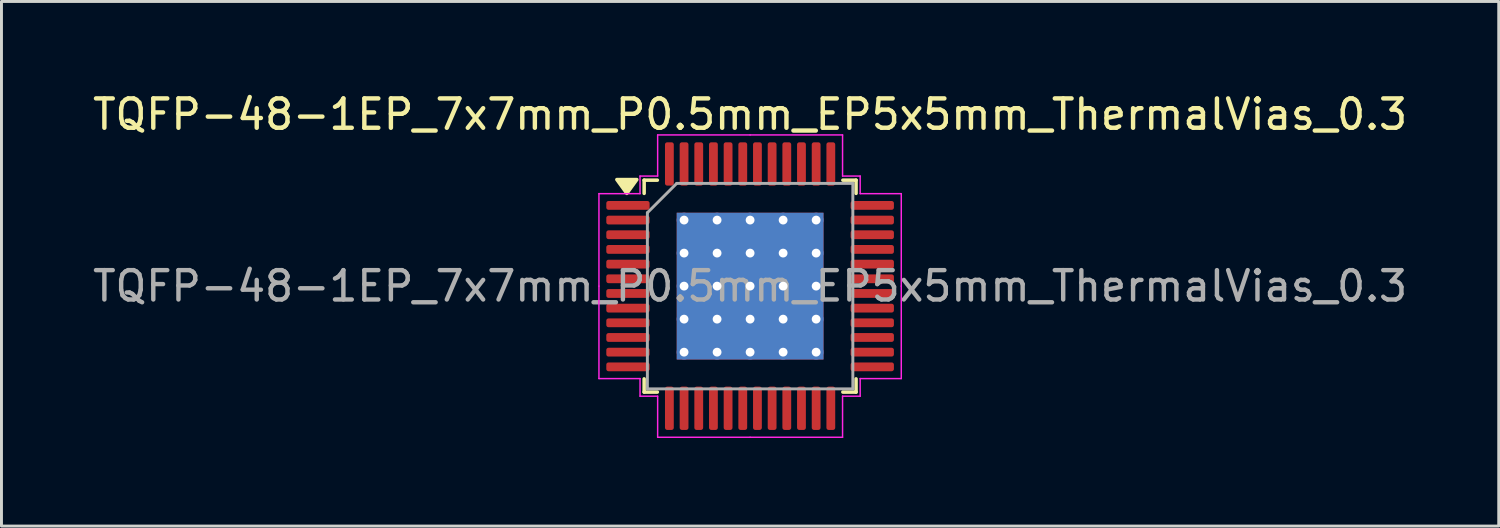
<source format=kicad_pcb>
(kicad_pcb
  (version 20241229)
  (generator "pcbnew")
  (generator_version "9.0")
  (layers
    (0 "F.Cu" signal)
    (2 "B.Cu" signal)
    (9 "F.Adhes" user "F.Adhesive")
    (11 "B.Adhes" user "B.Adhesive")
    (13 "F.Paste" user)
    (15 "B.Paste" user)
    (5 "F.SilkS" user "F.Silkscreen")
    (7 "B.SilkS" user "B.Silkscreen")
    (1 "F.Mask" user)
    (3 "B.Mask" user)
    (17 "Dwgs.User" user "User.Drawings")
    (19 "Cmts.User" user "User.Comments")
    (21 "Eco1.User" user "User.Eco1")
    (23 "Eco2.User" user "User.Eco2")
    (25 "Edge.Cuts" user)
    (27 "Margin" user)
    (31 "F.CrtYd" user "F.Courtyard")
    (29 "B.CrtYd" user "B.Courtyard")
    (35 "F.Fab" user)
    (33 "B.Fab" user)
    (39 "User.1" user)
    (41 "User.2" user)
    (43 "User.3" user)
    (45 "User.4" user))
  (footprint "TQFP-48-1EP_7x7mm_P0.5mm_EP5x5mm_ThermalVias_0.3"
    (layer "F.Cu")
    (at 22.506 6.698)
    (property "Reference" "TQFP-48-1EP_7x7mm_P0.5mm_EP5x5mm_ThermalVias_0.3" (at 0 -5.85 0) (layer "F.SilkS") (effects (font (size 1 1) (thickness 0.15))))
    (attr smd)
    (fp_line (start -3.61 -3.61) (end -3.61 -3.16) (stroke (width 0.12) (type solid)) (layer "F.SilkS"))
    (fp_line (start -3.61 3.61) (end -3.61 3.16) (stroke (width 0.12) (type solid)) (layer "F.SilkS"))
    (fp_line (start -3.16 -3.61) (end -3.61 -3.61) (stroke (width 0.12) (type solid)) (layer "F.SilkS"))
    (fp_line (start -3.16 3.61) (end -3.61 3.61) (stroke (width 0.12) (type solid)) (layer "F.SilkS"))
    (fp_line (start 3.16 -3.61) (end 3.61 -3.61) (stroke (width 0.12) (type solid)) (layer "F.SilkS"))
    (fp_line (start 3.16 3.61) (end 3.61 3.61) (stroke (width 0.12) (type solid)) (layer "F.SilkS"))
    (fp_line (start 3.61 -3.61) (end 3.61 -3.16) (stroke (width 0.12) (type solid)) (layer "F.SilkS"))
    (fp_line (start 3.61 3.61) (end 3.61 3.16) (stroke (width 0.12) (type solid)) (layer "F.SilkS"))
    (fp_poly (pts (xy -4.2 -3.16) (xy -4.54 -3.63) (xy -3.86 -3.63) (xy -4.2 -3.16)) (stroke (width 0.12) (type solid)) (fill yes) (layer "F.SilkS"))
    (fp_line (start -5.15 -3.15) (end -5.15 0) (stroke (width 0.05) (type solid)) (layer "F.CrtYd"))
    (fp_line (start -5.15 3.15) (end -5.15 0) (stroke (width 0.05) (type solid)) (layer "F.CrtYd"))
    (fp_line (start -3.75 -3.75) (end -3.75 -3.15) (stroke (width 0.05) (type solid)) (layer "F.CrtYd"))
    (fp_line (start -3.75 -3.15) (end -5.15 -3.15) (stroke (width 0.05) (type solid)) (layer "F.CrtYd"))
    (fp_line (start -3.75 3.15) (end -5.15 3.15) (stroke (width 0.05) (type solid)) (layer "F.CrtYd"))
    (fp_line (start -3.75 3.75) (end -3.75 3.15) (stroke (width 0.05) (type solid)) (layer "F.CrtYd"))
    (fp_line (start -3.15 -5.15) (end -3.15 -3.75) (stroke (width 0.05) (type solid)) (layer "F.CrtYd"))
    (fp_line (start -3.15 -3.75) (end -3.75 -3.75) (stroke (width 0.05) (type solid)) (layer "F.CrtYd"))
    (fp_line (start -3.15 3.75) (end -3.75 3.75) (stroke (width 0.05) (type solid)) (layer "F.CrtYd"))
    (fp_line (start -3.15 5.15) (end -3.15 3.75) (stroke (width 0.05) (type solid)) (layer "F.CrtYd"))
    (fp_line (start 0 -5.15) (end -3.15 -5.15) (stroke (width 0.05) (type solid)) (layer "F.CrtYd"))
    (fp_line (start 0 -5.15) (end 3.15 -5.15) (stroke (width 0.05) (type solid)) (layer "F.CrtYd"))
    (fp_line (start 0 5.15) (end -3.15 5.15) (stroke (width 0.05) (type solid)) (layer "F.CrtYd"))
    (fp_line (start 0 5.15) (end 3.15 5.15) (stroke (width 0.05) (type solid)) (layer "F.CrtYd"))
    (fp_line (start 3.15 -5.15) (end 3.15 -3.75) (stroke (width 0.05) (type solid)) (layer "F.CrtYd"))
    (fp_line (start 3.15 -3.75) (end 3.75 -3.75) (stroke (width 0.05) (type solid)) (layer "F.CrtYd"))
    (fp_line (start 3.15 3.75) (end 3.75 3.75) (stroke (width 0.05) (type solid)) (layer "F.CrtYd"))
    (fp_line (start 3.15 5.15) (end 3.15 3.75) (stroke (width 0.05) (type solid)) (layer "F.CrtYd"))
    (fp_line (start 3.75 -3.75) (end 3.75 -3.15) (stroke (width 0.05) (type solid)) (layer "F.CrtYd"))
    (fp_line (start 3.75 -3.15) (end 5.15 -3.15) (stroke (width 0.05) (type solid)) (layer "F.CrtYd"))
    (fp_line (start 3.75 3.15) (end 5.15 3.15) (stroke (width 0.05) (type solid)) (layer "F.CrtYd"))
    (fp_line (start 3.75 3.75) (end 3.75 3.15) (stroke (width 0.05) (type solid)) (layer "F.CrtYd"))
    (fp_line (start 5.15 -3.15) (end 5.15 0) (stroke (width 0.05) (type solid)) (layer "F.CrtYd"))
    (fp_line (start 5.15 3.15) (end 5.15 0) (stroke (width 0.05) (type solid)) (layer "F.CrtYd"))
    (fp_line (start -3.5 -2.5) (end -2.5 -3.5) (stroke (width 0.1) (type solid)) (layer "F.Fab"))
    (fp_line (start -3.5 3.5) (end -3.5 -2.5) (stroke (width 0.1) (type solid)) (layer "F.Fab"))
    (fp_line (start -2.5 -3.5) (end 3.5 -3.5) (stroke (width 0.1) (type solid)) (layer "F.Fab"))
    (fp_line (start 3.5 -3.5) (end 3.5 3.5) (stroke (width 0.1) (type solid)) (layer "F.Fab"))
    (fp_line (start 3.5 3.5) (end -3.5 3.5) (stroke (width 0.1) (type solid)) (layer "F.Fab"))
    (fp_text user "${REFERENCE}" (at 0 0 0) (layer "F.Fab") (effects (font (size 1 1) (thickness 0.15))))
    (pad "" smd custom (at -1.688 -1.688) (size 0.891 0.891) (layers "F.Paste") (options (anchor circle)) (primitives (gr_poly (pts (xy -0.387 -0.29) (xy -0.29 -0.387) (xy 0.29 -0.387) (xy 0.387 -0.29) (xy 0.387 0.29) (xy 0.29 0.387) (xy -0.29 0.387) (xy -0.387 0.29)) (width 0.234) (fill yes))))
    (pad "" smd custom (at -1.688 -0.562) (size 0.891 0.891) (layers "F.Paste") (options (anchor circle)) (primitives (gr_poly (pts (xy -0.387 -0.29) (xy -0.29 -0.387) (xy 0.29 -0.387) (xy 0.387 -0.29) (xy 0.387 0.29) (xy 0.29 0.387) (xy -0.29 0.387) (xy -0.387 0.29)) (width 0.234) (fill yes))))
    (pad "" smd custom (at -1.688 0.562) (size 0.891 0.891) (layers "F.Paste") (options (anchor circle)) (primitives (gr_poly (pts (xy -0.387 -0.29) (xy -0.29 -0.387) (xy 0.29 -0.387) (xy 0.387 -0.29) (xy 0.387 0.29) (xy 0.29 0.387) (xy -0.29 0.387) (xy -0.387 0.29)) (width 0.234) (fill yes))))
    (pad "" smd custom (at -1.688 1.688) (size 0.891 0.891) (layers "F.Paste") (options (anchor circle)) (primitives (gr_poly (pts (xy -0.387 -0.29) (xy -0.29 -0.387) (xy 0.29 -0.387) (xy 0.387 -0.29) (xy 0.387 0.29) (xy 0.29 0.387) (xy -0.29 0.387) (xy -0.387 0.29)) (width 0.234) (fill yes))))
    (pad "" smd custom (at -0.562 -1.688) (size 0.891 0.891) (layers "F.Paste") (options (anchor circle)) (primitives (gr_poly (pts (xy -0.387 -0.29) (xy -0.29 -0.387) (xy 0.29 -0.387) (xy 0.387 -0.29) (xy 0.387 0.29) (xy 0.29 0.387) (xy -0.29 0.387) (xy -0.387 0.29)) (width 0.234) (fill yes))))
    (pad "" smd custom (at -0.562 -0.562) (size 0.891 0.891) (layers "F.Paste") (options (anchor circle)) (primitives (gr_poly (pts (xy -0.387 -0.29) (xy -0.29 -0.387) (xy 0.29 -0.387) (xy 0.387 -0.29) (xy 0.387 0.29) (xy 0.29 0.387) (xy -0.29 0.387) (xy -0.387 0.29)) (width 0.234) (fill yes))))
    (pad "" smd custom (at -0.562 0.562) (size 0.891 0.891) (layers "F.Paste") (options (anchor circle)) (primitives (gr_poly (pts (xy -0.387 -0.29) (xy -0.29 -0.387) (xy 0.29 -0.387) (xy 0.387 -0.29) (xy 0.387 0.29) (xy 0.29 0.387) (xy -0.29 0.387) (xy -0.387 0.29)) (width 0.234) (fill yes))))
    (pad "" smd custom (at -0.562 1.688) (size 0.891 0.891) (layers "F.Paste") (options (anchor circle)) (primitives (gr_poly (pts (xy -0.387 -0.29) (xy -0.29 -0.387) (xy 0.29 -0.387) (xy 0.387 -0.29) (xy 0.387 0.29) (xy 0.29 0.387) (xy -0.29 0.387) (xy -0.387 0.29)) (width 0.234) (fill yes))))
    (pad "" smd custom (at 0.562 -1.688) (size 0.891 0.891) (layers "F.Paste") (options (anchor circle)) (primitives (gr_poly (pts (xy -0.387 -0.29) (xy -0.29 -0.387) (xy 0.29 -0.387) (xy 0.387 -0.29) (xy 0.387 0.29) (xy 0.29 0.387) (xy -0.29 0.387) (xy -0.387 0.29)) (width 0.234) (fill yes))))
    (pad "" smd custom (at 0.562 -0.562) (size 0.891 0.891) (layers "F.Paste") (options (anchor circle)) (primitives (gr_poly (pts (xy -0.387 -0.29) (xy -0.29 -0.387) (xy 0.29 -0.387) (xy 0.387 -0.29) (xy 0.387 0.29) (xy 0.29 0.387) (xy -0.29 0.387) (xy -0.387 0.29)) (width 0.234) (fill yes))))
    (pad "" smd custom (at 0.562 0.562) (size 0.891 0.891) (layers "F.Paste") (options (anchor circle)) (primitives (gr_poly (pts (xy -0.387 -0.29) (xy -0.29 -0.387) (xy 0.29 -0.387) (xy 0.387 -0.29) (xy 0.387 0.29) (xy 0.29 0.387) (xy -0.29 0.387) (xy -0.387 0.29)) (width 0.234) (fill yes))))
    (pad "" smd custom (at 0.562 1.688) (size 0.891 0.891) (layers "F.Paste") (options (anchor circle)) (primitives (gr_poly (pts (xy -0.387 -0.29) (xy -0.29 -0.387) (xy 0.29 -0.387) (xy 0.387 -0.29) (xy 0.387 0.29) (xy 0.29 0.387) (xy -0.29 0.387) (xy -0.387 0.29)) (width 0.234) (fill yes))))
    (pad "" smd custom (at 1.688 -1.688) (size 0.891 0.891) (layers "F.Paste") (options (anchor circle)) (primitives (gr_poly (pts (xy -0.387 -0.29) (xy -0.29 -0.387) (xy 0.29 -0.387) (xy 0.387 -0.29) (xy 0.387 0.29) (xy 0.29 0.387) (xy -0.29 0.387) (xy -0.387 0.29)) (width 0.234) (fill yes))))
    (pad "" smd custom (at 1.688 -0.562) (size 0.891 0.891) (layers "F.Paste") (options (anchor circle)) (primitives (gr_poly (pts (xy -0.387 -0.29) (xy -0.29 -0.387) (xy 0.29 -0.387) (xy 0.387 -0.29) (xy 0.387 0.29) (xy 0.29 0.387) (xy -0.29 0.387) (xy -0.387 0.29)) (width 0.234) (fill yes))))
    (pad "" smd custom (at 1.688 0.562) (size 0.891 0.891) (layers "F.Paste") (options (anchor circle)) (primitives (gr_poly (pts (xy -0.387 -0.29) (xy -0.29 -0.387) (xy 0.29 -0.387) (xy 0.387 -0.29) (xy 0.387 0.29) (xy 0.29 0.387) (xy -0.29 0.387) (xy -0.387 0.29)) (width 0.234) (fill yes))))
    (pad "" smd custom (at 1.688 1.688) (size 0.891 0.891) (layers "F.Paste") (options (anchor circle)) (primitives (gr_poly (pts (xy -0.387 -0.29) (xy -0.29 -0.387) (xy 0.29 -0.387) (xy 0.387 -0.29) (xy 0.387 0.29) (xy 0.29 0.387) (xy -0.29 0.387) (xy -0.387 0.29)) (width 0.234) (fill yes))))
    (pad "1" smd roundrect (at -4.162 -2.75) (size 1.475 0.3) (layers "F.Cu" "F.Mask" "F.Paste") (roundrect_rratio 0.25))
    (pad "2" smd roundrect (at -4.162 -2.25) (size 1.475 0.3) (layers "F.Cu" "F.Mask" "F.Paste") (roundrect_rratio 0.25))
    (pad "3" smd roundrect (at -4.162 -1.75) (size 1.475 0.3) (layers "F.Cu" "F.Mask" "F.Paste") (roundrect_rratio 0.25))
    (pad "4" smd roundrect (at -4.162 -1.25) (size 1.475 0.3) (layers "F.Cu" "F.Mask" "F.Paste") (roundrect_rratio 0.25))
    (pad "5" smd roundrect (at -4.162 -0.75) (size 1.475 0.3) (layers "F.Cu" "F.Mask" "F.Paste") (roundrect_rratio 0.25))
    (pad "6" smd roundrect (at -4.162 -0.25) (size 1.475 0.3) (layers "F.Cu" "F.Mask" "F.Paste") (roundrect_rratio 0.25))
    (pad "7" smd roundrect (at -4.162 0.25) (size 1.475 0.3) (layers "F.Cu" "F.Mask" "F.Paste") (roundrect_rratio 0.25))
    (pad "8" smd roundrect (at -4.162 0.75) (size 1.475 0.3) (layers "F.Cu" "F.Mask" "F.Paste") (roundrect_rratio 0.25))
    (pad "9" smd roundrect (at -4.162 1.25) (size 1.475 0.3) (layers "F.Cu" "F.Mask" "F.Paste") (roundrect_rratio 0.25))
    (pad "10" smd roundrect (at -4.162 1.75) (size 1.475 0.3) (layers "F.Cu" "F.Mask" "F.Paste") (roundrect_rratio 0.25))
    (pad "11" smd roundrect (at -4.162 2.25) (size 1.475 0.3) (layers "F.Cu" "F.Mask" "F.Paste") (roundrect_rratio 0.25))
    (pad "12" smd roundrect (at -4.162 2.75) (size 1.475 0.3) (layers "F.Cu" "F.Mask" "F.Paste") (roundrect_rratio 0.25))
    (pad "13" smd roundrect (at -2.75 4.162) (size 0.3 1.475) (layers "F.Cu" "F.Mask" "F.Paste") (roundrect_rratio 0.25))
    (pad "14" smd roundrect (at -2.25 4.162) (size 0.3 1.475) (layers "F.Cu" "F.Mask" "F.Paste") (roundrect_rratio 0.25))
    (pad "15" smd roundrect (at -1.75 4.162) (size 0.3 1.475) (layers "F.Cu" "F.Mask" "F.Paste") (roundrect_rratio 0.25))
    (pad "16" smd roundrect (at -1.25 4.162) (size 0.3 1.475) (layers "F.Cu" "F.Mask" "F.Paste") (roundrect_rratio 0.25))
    (pad "17" smd roundrect (at -0.75 4.162) (size 0.3 1.475) (layers "F.Cu" "F.Mask" "F.Paste") (roundrect_rratio 0.25))
    (pad "18" smd roundrect (at -0.25 4.162) (size 0.3 1.475) (layers "F.Cu" "F.Mask" "F.Paste") (roundrect_rratio 0.25))
    (pad "19" smd roundrect (at 0.25 4.162) (size 0.3 1.475) (layers "F.Cu" "F.Mask" "F.Paste") (roundrect_rratio 0.25))
    (pad "20" smd roundrect (at 0.75 4.162) (size 0.3 1.475) (layers "F.Cu" "F.Mask" "F.Paste") (roundrect_rratio 0.25))
    (pad "21" smd roundrect (at 1.25 4.162) (size 0.3 1.475) (layers "F.Cu" "F.Mask" "F.Paste") (roundrect_rratio 0.25))
    (pad "22" smd roundrect (at 1.75 4.162) (size 0.3 1.475) (layers "F.Cu" "F.Mask" "F.Paste") (roundrect_rratio 0.25))
    (pad "23" smd roundrect (at 2.25 4.162) (size 0.3 1.475) (layers "F.Cu" "F.Mask" "F.Paste") (roundrect_rratio 0.25))
    (pad "24" smd roundrect (at 2.75 4.162) (size 0.3 1.475) (layers "F.Cu" "F.Mask" "F.Paste") (roundrect_rratio 0.25))
    (pad "25" smd roundrect (at 4.162 2.75) (size 1.475 0.3) (layers "F.Cu" "F.Mask" "F.Paste") (roundrect_rratio 0.25))
    (pad "26" smd roundrect (at 4.162 2.25) (size 1.475 0.3) (layers "F.Cu" "F.Mask" "F.Paste") (roundrect_rratio 0.25))
    (pad "27" smd roundrect (at 4.162 1.75) (size 1.475 0.3) (layers "F.Cu" "F.Mask" "F.Paste") (roundrect_rratio 0.25))
    (pad "28" smd roundrect (at 4.162 1.25) (size 1.475 0.3) (layers "F.Cu" "F.Mask" "F.Paste") (roundrect_rratio 0.25))
    (pad "29" smd roundrect (at 4.162 0.75) (size 1.475 0.3) (layers "F.Cu" "F.Mask" "F.Paste") (roundrect_rratio 0.25))
    (pad "30" smd roundrect (at 4.162 0.25) (size 1.475 0.3) (layers "F.Cu" "F.Mask" "F.Paste") (roundrect_rratio 0.25))
    (pad "31" smd roundrect (at 4.162 -0.25) (size 1.475 0.3) (layers "F.Cu" "F.Mask" "F.Paste") (roundrect_rratio 0.25))
    (pad "32" smd roundrect (at 4.162 -0.75) (size 1.475 0.3) (layers "F.Cu" "F.Mask" "F.Paste") (roundrect_rratio 0.25))
    (pad "33" smd roundrect (at 4.162 -1.25) (size 1.475 0.3) (layers "F.Cu" "F.Mask" "F.Paste") (roundrect_rratio 0.25))
    (pad "34" smd roundrect (at 4.162 -1.75) (size 1.475 0.3) (layers "F.Cu" "F.Mask" "F.Paste") (roundrect_rratio 0.25))
    (pad "35" smd roundrect (at 4.162 -2.25) (size 1.475 0.3) (layers "F.Cu" "F.Mask" "F.Paste") (roundrect_rratio 0.25))
    (pad "36" smd roundrect (at 4.162 -2.75) (size 1.475 0.3) (layers "F.Cu" "F.Mask" "F.Paste") (roundrect_rratio 0.25))
    (pad "37" smd roundrect (at 2.75 -4.162) (size 0.3 1.475) (layers "F.Cu" "F.Mask" "F.Paste") (roundrect_rratio 0.25))
    (pad "38" smd roundrect (at 2.25 -4.162) (size 0.3 1.475) (layers "F.Cu" "F.Mask" "F.Paste") (roundrect_rratio 0.25))
    (pad "39" smd roundrect (at 1.75 -4.162) (size 0.3 1.475) (layers "F.Cu" "F.Mask" "F.Paste") (roundrect_rratio 0.25))
    (pad "40" smd roundrect (at 1.25 -4.162) (size 0.3 1.475) (layers "F.Cu" "F.Mask" "F.Paste") (roundrect_rratio 0.25))
    (pad "41" smd roundrect (at 0.75 -4.162) (size 0.3 1.475) (layers "F.Cu" "F.Mask" "F.Paste") (roundrect_rratio 0.25))
    (pad "42" smd roundrect (at 0.25 -4.162) (size 0.3 1.475) (layers "F.Cu" "F.Mask" "F.Paste") (roundrect_rratio 0.25))
    (pad "43" smd roundrect (at -0.25 -4.162) (size 0.3 1.475) (layers "F.Cu" "F.Mask" "F.Paste") (roundrect_rratio 0.25))
    (pad "44" smd roundrect (at -0.75 -4.162) (size 0.3 1.475) (layers "F.Cu" "F.Mask" "F.Paste") (roundrect_rratio 0.25))
    (pad "45" smd roundrect (at -1.25 -4.162) (size 0.3 1.475) (layers "F.Cu" "F.Mask" "F.Paste") (roundrect_rratio 0.25))
    (pad "46" smd roundrect (at -1.75 -4.162) (size 0.3 1.475) (layers "F.Cu" "F.Mask" "F.Paste") (roundrect_rratio 0.25))
    (pad "47" smd roundrect (at -2.25 -4.162) (size 0.3 1.475) (layers "F.Cu" "F.Mask" "F.Paste") (roundrect_rratio 0.25))
    (pad "48" smd roundrect (at -2.75 -4.162) (size 0.3 1.475) (layers "F.Cu" "F.Mask" "F.Paste") (roundrect_rratio 0.25))
    (pad "49" thru_hole circle (at -2.25 -2.25) (size 0.5 0.5) (drill 0.3) (property pad_prop_heatsink) (layers "*.Cu"))
    (pad "49" thru_hole circle (at -2.25 -1.125) (size 0.5 0.5) (drill 0.3) (property pad_prop_heatsink) (layers "*.Cu"))
    (pad "49" thru_hole circle (at -2.25 0) (size 0.5 0.5) (drill 0.3) (property pad_prop_heatsink) (layers "*.Cu"))
    (pad "49" thru_hole circle (at -2.25 1.125) (size 0.5 0.5) (drill 0.3) (property pad_prop_heatsink) (layers "*.Cu"))
    (pad "49" thru_hole circle (at -2.25 2.25) (size 0.5 0.5) (drill 0.3) (property pad_prop_heatsink) (layers "*.Cu"))
    (pad "49" thru_hole circle (at -1.125 -2.25) (size 0.5 0.5) (drill 0.3) (property pad_prop_heatsink) (layers "*.Cu"))
    (pad "49" thru_hole circle (at -1.125 -1.125) (size 0.5 0.5) (drill 0.3) (property pad_prop_heatsink) (layers "*.Cu"))
    (pad "49" thru_hole circle (at -1.125 0) (size 0.5 0.5) (drill 0.3) (property pad_prop_heatsink) (layers "*.Cu"))
    (pad "49" thru_hole circle (at -1.125 1.125) (size 0.5 0.5) (drill 0.3) (property pad_prop_heatsink) (layers "*.Cu"))
    (pad "49" thru_hole circle (at -1.125 2.25) (size 0.5 0.5) (drill 0.3) (property pad_prop_heatsink) (layers "*.Cu"))
    (pad "49" thru_hole circle (at 0 -2.25) (size 0.5 0.5) (drill 0.3) (property pad_prop_heatsink) (layers "*.Cu"))
    (pad "49" thru_hole circle (at 0 -1.125) (size 0.5 0.5) (drill 0.3) (property pad_prop_heatsink) (layers "*.Cu"))
    (pad "49" thru_hole circle (at 0 0) (size 0.5 0.5) (drill 0.3) (property pad_prop_heatsink) (layers "*.Cu"))
    (pad "49" smd rect (at 0 0) (size 5 5) (property pad_prop_heatsink) (layers "F.Cu" "F.Mask"))
    (pad "49" smd rect (at 0 0) (size 5 5) (property pad_prop_heatsink) (layers "B.Cu"))
    (pad "49" thru_hole circle (at 0 1.125) (size 0.5 0.5) (drill 0.3) (property pad_prop_heatsink) (layers "*.Cu"))
    (pad "49" thru_hole circle (at 0 2.25) (size 0.5 0.5) (drill 0.3) (property pad_prop_heatsink) (layers "*.Cu"))
    (pad "49" thru_hole circle (at 1.125 -2.25) (size 0.5 0.5) (drill 0.3) (property pad_prop_heatsink) (layers "*.Cu"))
    (pad "49" thru_hole circle (at 1.125 -1.125) (size 0.5 0.5) (drill 0.3) (property pad_prop_heatsink) (layers "*.Cu"))
    (pad "49" thru_hole circle (at 1.125 0) (size 0.5 0.5) (drill 0.3) (property pad_prop_heatsink) (layers "*.Cu"))
    (pad "49" thru_hole circle (at 1.125 1.125) (size 0.5 0.5) (drill 0.3) (property pad_prop_heatsink) (layers "*.Cu"))
    (pad "49" thru_hole circle (at 1.125 2.25) (size 0.5 0.5) (drill 0.3) (property pad_prop_heatsink) (layers "*.Cu"))
    (pad "49" thru_hole circle (at 2.25 -2.25) (size 0.5 0.5) (drill 0.3) (property pad_prop_heatsink) (layers "*.Cu"))
    (pad "49" thru_hole circle (at 2.25 -1.125) (size 0.5 0.5) (drill 0.3) (property pad_prop_heatsink) (layers "*.Cu"))
    (pad "49" thru_hole circle (at 2.25 0) (size 0.5 0.5) (drill 0.3) (property pad_prop_heatsink) (layers "*.Cu"))
    (pad "49" thru_hole circle (at 2.25 1.125) (size 0.5 0.5) (drill 0.3) (property pad_prop_heatsink) (layers "*.Cu"))
    (pad "49" thru_hole circle (at 2.25 2.25) (size 0.5 0.5) (drill 0.3) (property pad_prop_heatsink) (layers "*.Cu")))
  (gr_rect
    (start -3 -3)
    (end 48.012 14.873)
    (stroke (width 0.1) (type default))
    (fill no)
    (layer "Edge.Cuts")))
</source>
